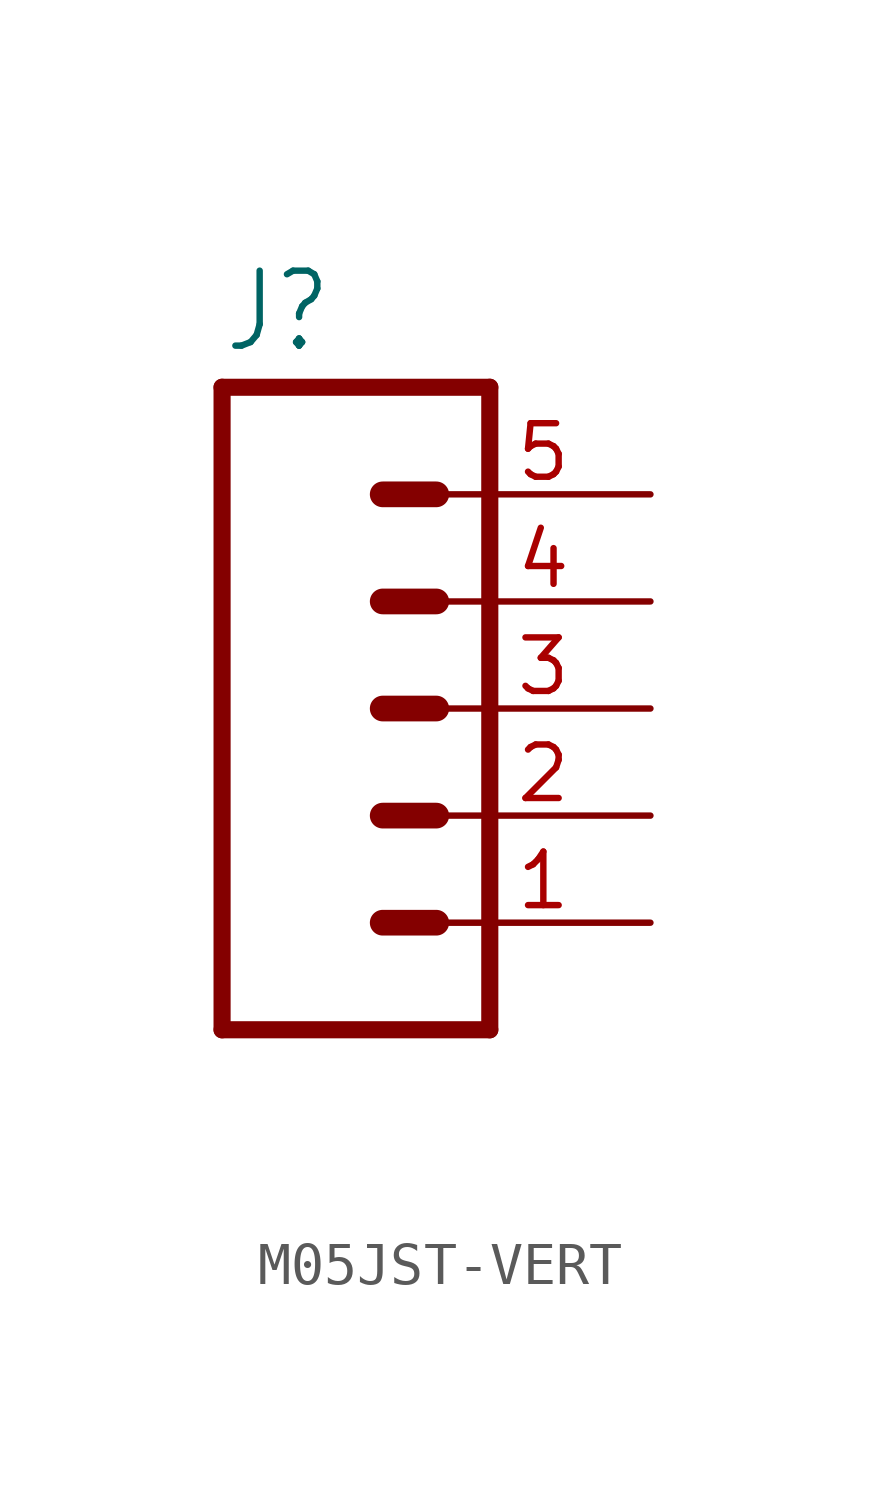
<source format=kicad_sym>
(kicad_symbol_lib
  (version 20220914)
  (generator kicad_symbol_editor)
  (symbol "M05JST-VERT"
    (property "Reference" "J"
      (at -2.54 8.382 0)
      (effects (font (size 1.778 1.511)) (justify left bottom)))
    (property "Value" ""
      (at -2.54 -10.16 0)
      (effects (font (size 1.778 1.511)) (justify left bottom)))
    (property "ki_locked" ""
      (at 0 0 0)
      (effects (font (size 1.27 1.27))))
    (symbol "M05JST-VERT_1_0"
      (polyline (pts (xy -2.54 7.62) (xy -2.54 -7.62)) (stroke (width 0.406) (type solid)) (fill (type none)))
      (polyline (pts (xy -2.54 7.62) (xy 3.81 7.62)) (stroke (width 0.406) (type solid)) (fill (type none)))
      (polyline (pts (xy 1.27 -5.08) (xy 2.54 -5.08)) (stroke (width 0.61) (type solid)) (fill (type none)))
      (polyline (pts (xy 1.27 -2.54) (xy 2.54 -2.54)) (stroke (width 0.61) (type solid)) (fill (type none)))
      (polyline (pts (xy 1.27 0) (xy 2.54 0)) (stroke (width 0.61) (type solid)) (fill (type none)))
      (polyline (pts (xy 1.27 2.54) (xy 2.54 2.54)) (stroke (width 0.61) (type solid)) (fill (type none)))
      (polyline (pts (xy 1.27 5.08) (xy 2.54 5.08)) (stroke (width 0.61) (type solid)) (fill (type none)))
      (polyline (pts (xy 3.81 -7.62) (xy -2.54 -7.62)) (stroke (width 0.406) (type solid)) (fill (type none)))
      (polyline (pts (xy 3.81 -7.62) (xy 3.81 7.62)) (stroke (width 0.406) (type solid)) (fill (type none)))
      (pin passive line (at 7.62 -5.08 180) (length 5.08) (name "1" (effects (font (size 0 0)))) (number "1" (effects (font (size 1.27 1.27)))))
      (pin passive line (at 7.62 -2.54 180) (length 5.08) (name "2" (effects (font (size 0 0)))) (number "2" (effects (font (size 1.27 1.27)))))
      (pin passive line (at 7.62 0 180) (length 5.08) (name "3" (effects (font (size 0 0)))) (number "3" (effects (font (size 1.27 1.27)))))
      (pin passive line (at 7.62 2.54 180) (length 5.08) (name "4" (effects (font (size 0 0)))) (number "4" (effects (font (size 1.27 1.27)))))
      (pin passive line (at 7.62 5.08 180) (length 5.08) (name "5" (effects (font (size 0 0)))) (number "5" (effects (font (size 1.27 1.27))))))))
</source>
